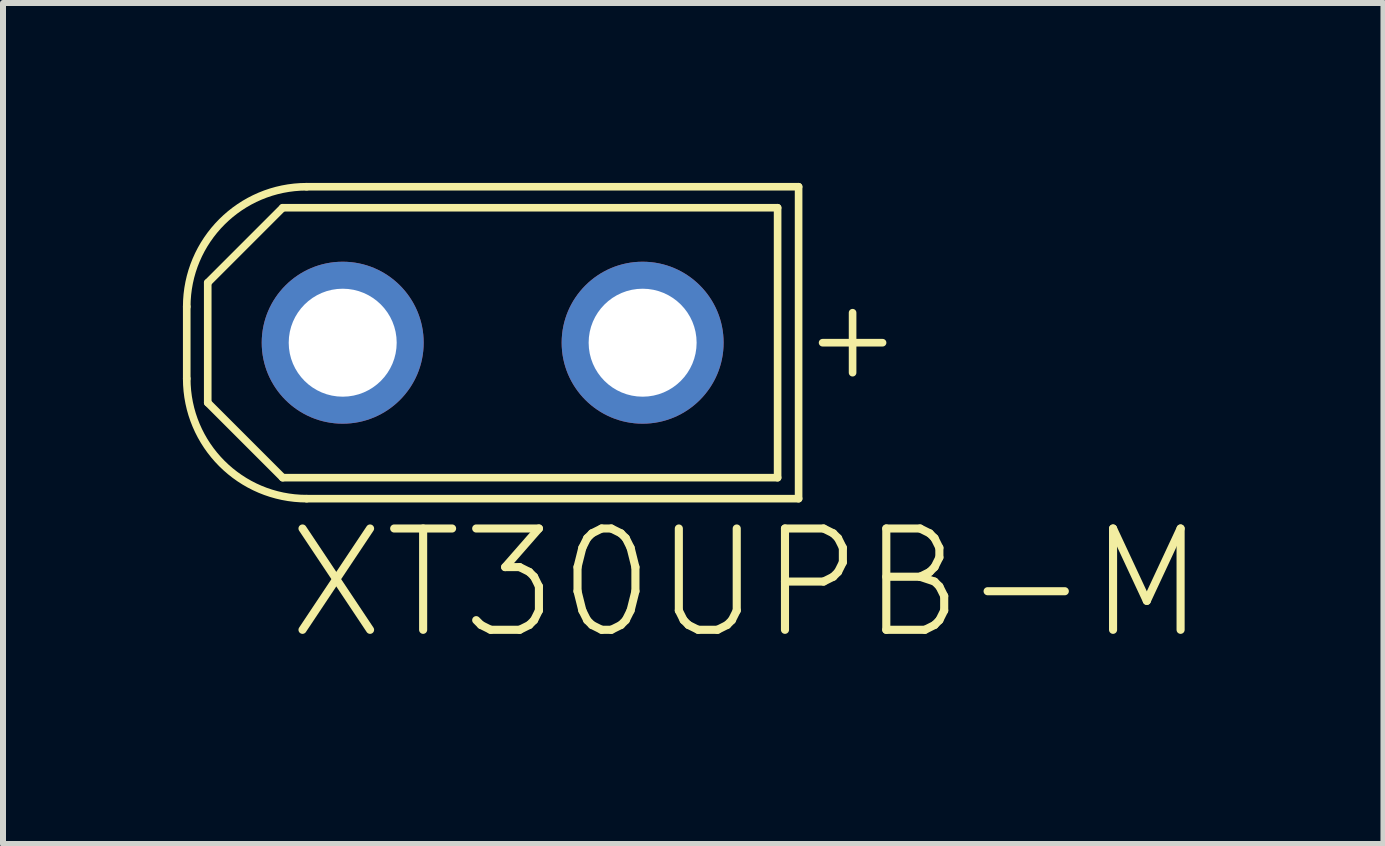
<source format=kicad_pcb>
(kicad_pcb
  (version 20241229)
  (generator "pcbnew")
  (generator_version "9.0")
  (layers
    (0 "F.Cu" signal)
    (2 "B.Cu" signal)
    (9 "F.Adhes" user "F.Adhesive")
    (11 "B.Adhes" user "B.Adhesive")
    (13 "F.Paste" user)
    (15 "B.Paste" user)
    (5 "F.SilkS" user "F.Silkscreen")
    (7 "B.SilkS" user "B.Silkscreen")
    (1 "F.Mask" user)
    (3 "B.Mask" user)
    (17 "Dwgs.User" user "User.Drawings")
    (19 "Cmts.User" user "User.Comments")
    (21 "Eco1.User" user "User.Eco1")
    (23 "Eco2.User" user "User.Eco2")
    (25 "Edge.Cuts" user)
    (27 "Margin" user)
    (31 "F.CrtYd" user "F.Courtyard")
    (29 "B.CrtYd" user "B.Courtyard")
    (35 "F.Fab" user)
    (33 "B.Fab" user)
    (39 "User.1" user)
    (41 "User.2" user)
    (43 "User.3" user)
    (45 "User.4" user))
  (footprint "XT30UPB-M"
    (layer "F.Cu")
    (at 5.163 2.663)
    (property "Reference" "XT30UPB-M" (at -3.5 5 0) (layer "F.SilkS") (effects (font (size 1.689 1.689) (thickness 0.135)) (justify left bottom)))
    (attr through_hole)
    (fp_line (start -5.1 -0.6) (end -5.1 0.6) (stroke (width 0.127) (type solid)) (layer "F.SilkS"))
    (fp_line (start -4.75 -1) (end -4.75 1) (stroke (width 0.127) (type solid)) (layer "F.SilkS"))
    (fp_line (start -4.75 1) (end -3.5 2.25) (stroke (width 0.127) (type solid)) (layer "F.SilkS"))
    (fp_line (start -3.5 -2.25) (end -4.75 -1) (stroke (width 0.127) (type solid)) (layer "F.SilkS"))
    (fp_line (start -3.5 -2.25) (end 4.75 -2.25) (stroke (width 0.127) (type solid)) (layer "F.SilkS"))
    (fp_line (start -3.5 2.25) (end 4.75 2.25) (stroke (width 0.127) (type solid)) (layer "F.SilkS"))
    (fp_line (start -3.1 -2.6) (end 5.1 -2.6) (stroke (width 0.127) (type solid)) (layer "F.SilkS"))
    (fp_line (start -3.1 2.6) (end 5.1 2.6) (stroke (width 0.127) (type solid)) (layer "F.SilkS"))
    (fp_line (start 4.75 2.25) (end 4.75 -2.25) (stroke (width 0.127) (type solid)) (layer "F.SilkS"))
    (fp_line (start 5.1 -2.6) (end 5.1 2.6) (stroke (width 0.127) (type solid)) (layer "F.SilkS"))
    (fp_line (start 5.5 0) (end 6.5 0) (stroke (width 0.127) (type solid)) (layer "F.SilkS"))
    (fp_line (start 6 -0.5) (end 6 0.5) (stroke (width 0.127) (type solid)) (layer "F.SilkS"))
    (fp_arc (start -5.1 -0.6) (mid -4.514213 -2.014213) (end -3.099999 -2.599999) (stroke (width 0.127) (type solid)) (layer "F.SilkS"))
    (fp_arc (start -3.099999 2.599999) (mid -4.514213 2.014213) (end -5.1 0.6) (stroke (width 0.127) (type solid)) (layer "F.SilkS"))
    (pad "+" thru_hole circle (at 2.5 0) (size 2.7 2.7) (drill 1.8) (layers "*.Cu" "*.Mask"))
    (pad "-" thru_hole circle (at -2.5 0) (size 2.7 2.7) (drill 1.8) (layers "*.Cu" "*.Mask")))
  (gr_rect
    (start -3 -3)
    (end 20.013 11.02)
    (stroke (width 0.1) (type default))
    (fill no)
    (layer "Edge.Cuts")))
</source>
